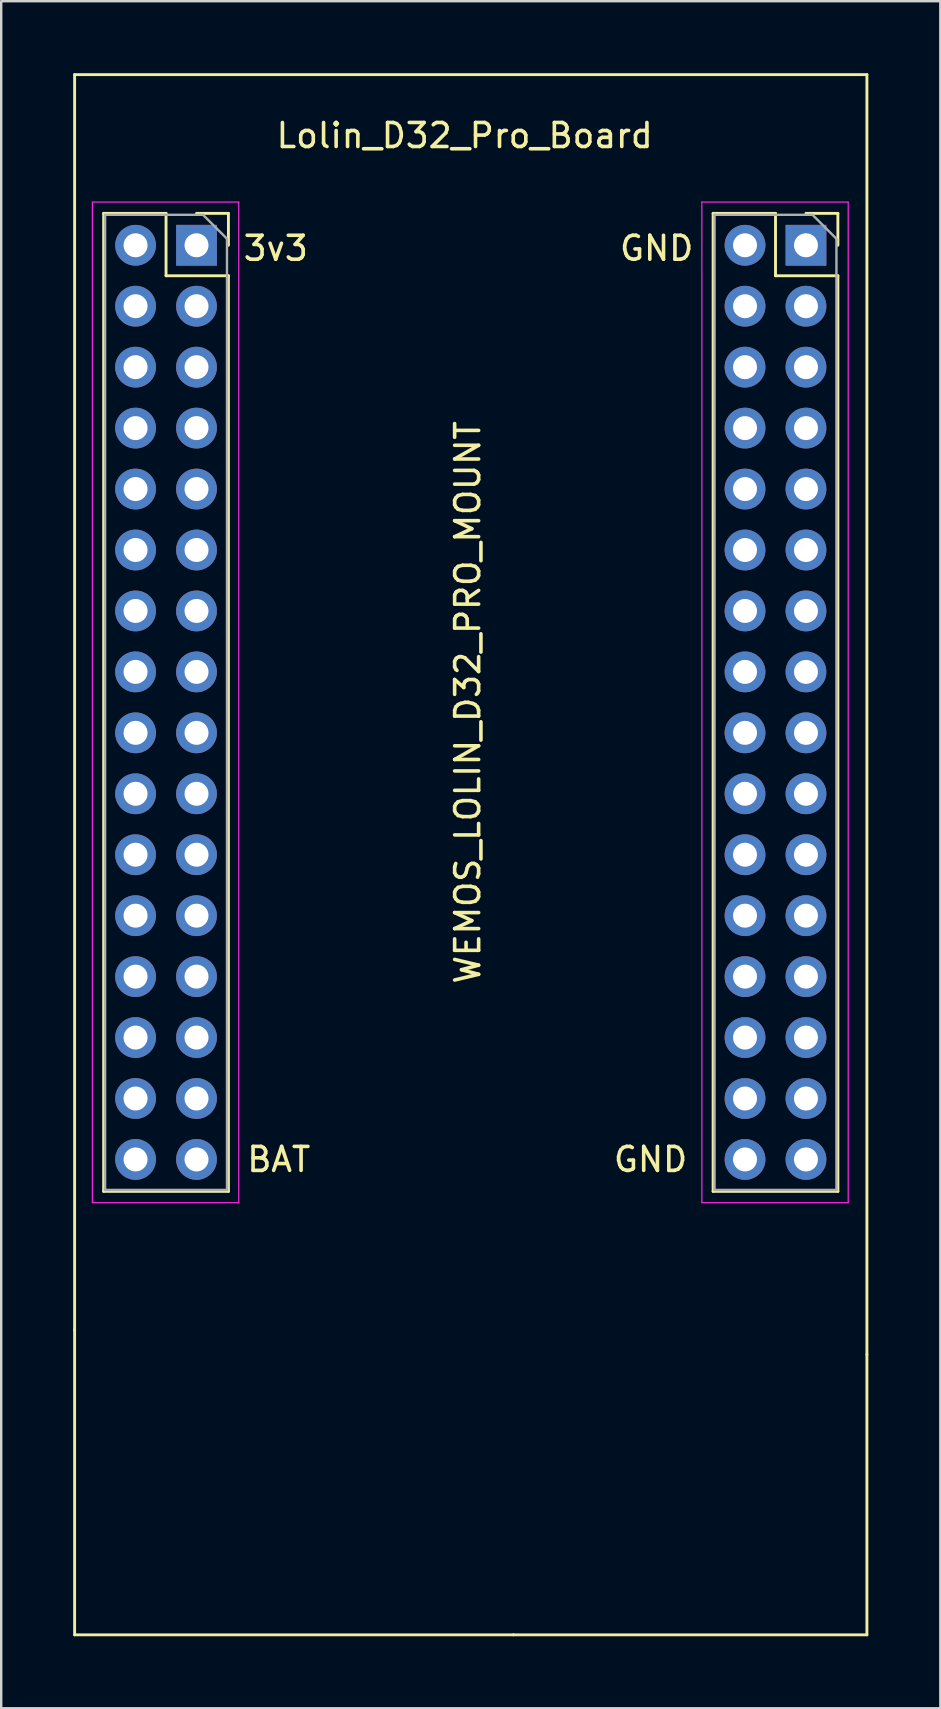
<source format=kicad_pcb>
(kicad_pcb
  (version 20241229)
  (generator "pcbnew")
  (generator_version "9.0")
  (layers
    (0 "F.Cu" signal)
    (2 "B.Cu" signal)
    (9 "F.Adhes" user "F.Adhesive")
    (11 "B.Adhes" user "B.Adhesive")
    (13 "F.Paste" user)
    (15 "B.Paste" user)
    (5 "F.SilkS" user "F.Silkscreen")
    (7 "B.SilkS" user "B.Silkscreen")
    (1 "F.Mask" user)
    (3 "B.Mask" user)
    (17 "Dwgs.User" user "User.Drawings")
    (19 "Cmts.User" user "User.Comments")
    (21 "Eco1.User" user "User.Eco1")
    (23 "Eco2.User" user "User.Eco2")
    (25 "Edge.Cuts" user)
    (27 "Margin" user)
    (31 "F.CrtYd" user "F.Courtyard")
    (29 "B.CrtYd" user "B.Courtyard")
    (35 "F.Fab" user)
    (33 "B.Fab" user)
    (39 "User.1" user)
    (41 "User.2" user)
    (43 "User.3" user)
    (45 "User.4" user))
  (footprint "Lolin_D32_Pro_Board"
    (layer "F.Cu")
    (at 5.14 7.172)
    (property "Reference" "Lolin_D32_Pro_Board" (at 11.176 -4.572 0) (layer "F.SilkS") (effects (font (size 1 1) (thickness 0.15))))
    (attr through_hole)
    (fp_line (start -5.08 -7.112) (end -5.08 45.212) (stroke (width 0.12) (type solid)) (layer "F.SilkS"))
    (fp_line (start -5.08 57.912) (end -5.08 45.212) (stroke (width 0.12) (type solid)) (layer "F.SilkS"))
    (fp_line (start -3.87 -1.33) (end -3.87 39.43) (stroke (width 0.12) (type solid)) (layer "F.SilkS"))
    (fp_line (start -3.87 -1.33) (end -1.27 -1.33) (stroke (width 0.12) (type solid)) (layer "F.SilkS"))
    (fp_line (start -3.87 39.43) (end 1.33 39.43) (stroke (width 0.12) (type solid)) (layer "F.SilkS"))
    (fp_line (start -1.27 -1.33) (end -1.27 1.27) (stroke (width 0.12) (type solid)) (layer "F.SilkS"))
    (fp_line (start -1.27 1.27) (end 1.33 1.27) (stroke (width 0.12) (type solid)) (layer "F.SilkS"))
    (fp_line (start 0 -1.33) (end 1.33 -1.33) (stroke (width 0.12) (type solid)) (layer "F.SilkS"))
    (fp_line (start 1.33 -1.33) (end 1.33 0) (stroke (width 0.12) (type solid)) (layer "F.SilkS"))
    (fp_line (start 1.33 1.27) (end 1.33 39.43) (stroke (width 0.12) (type solid)) (layer "F.SilkS"))
    (fp_line (start 13.208 57.912) (end -5.08 57.912) (stroke (width 0.12) (type solid)) (layer "F.SilkS"))
    (fp_line (start 13.208 57.912) (end 27.94 57.912) (stroke (width 0.12) (type solid)) (layer "F.SilkS"))
    (fp_line (start 21.53 -1.33) (end 21.53 39.43) (stroke (width 0.12) (type solid)) (layer "F.SilkS"))
    (fp_line (start 21.53 -1.33) (end 24.13 -1.33) (stroke (width 0.12) (type solid)) (layer "F.SilkS"))
    (fp_line (start 21.53 39.43) (end 26.73 39.43) (stroke (width 0.12) (type solid)) (layer "F.SilkS"))
    (fp_line (start 24.13 -1.33) (end 24.13 1.27) (stroke (width 0.12) (type solid)) (layer "F.SilkS"))
    (fp_line (start 24.13 1.27) (end 26.73 1.27) (stroke (width 0.12) (type solid)) (layer "F.SilkS"))
    (fp_line (start 25.4 -1.33) (end 26.73 -1.33) (stroke (width 0.12) (type solid)) (layer "F.SilkS"))
    (fp_line (start 26.73 -1.33) (end 26.73 0) (stroke (width 0.12) (type solid)) (layer "F.SilkS"))
    (fp_line (start 26.73 1.27) (end 26.73 39.43) (stroke (width 0.12) (type solid)) (layer "F.SilkS"))
    (fp_line (start 27.94 -7.112) (end -5.08 -7.112) (stroke (width 0.12) (type solid)) (layer "F.SilkS"))
    (fp_line (start 27.94 -7.112) (end 27.94 46.228) (stroke (width 0.12) (type solid)) (layer "F.SilkS"))
    (fp_line (start 27.94 57.912) (end 27.94 46.228) (stroke (width 0.12) (type solid)) (layer "F.SilkS"))
    (fp_line (start -4.34 -1.8) (end 1.76 -1.8) (stroke (width 0.05) (type solid)) (layer "F.CrtYd"))
    (fp_line (start -4.34 39.9) (end -4.34 -1.8) (stroke (width 0.05) (type solid)) (layer "F.CrtYd"))
    (fp_line (start 1.76 -1.8) (end 1.76 39.9) (stroke (width 0.05) (type solid)) (layer "F.CrtYd"))
    (fp_line (start 1.76 39.9) (end -4.34 39.9) (stroke (width 0.05) (type solid)) (layer "F.CrtYd"))
    (fp_line (start 21.06 -1.8) (end 27.16 -1.8) (stroke (width 0.05) (type solid)) (layer "F.CrtYd"))
    (fp_line (start 21.06 39.9) (end 21.06 -1.8) (stroke (width 0.05) (type solid)) (layer "F.CrtYd"))
    (fp_line (start 27.16 -1.8) (end 27.16 39.9) (stroke (width 0.05) (type solid)) (layer "F.CrtYd"))
    (fp_line (start 27.16 39.9) (end 21.06 39.9) (stroke (width 0.05) (type solid)) (layer "F.CrtYd"))
    (fp_line (start -3.81 -1.27) (end 0.27 -1.27) (stroke (width 0.1) (type solid)) (layer "F.Fab"))
    (fp_line (start -3.81 39.37) (end -3.81 -1.27) (stroke (width 0.1) (type solid)) (layer "F.Fab"))
    (fp_line (start 0.27 -1.27) (end 1.27 -0.27) (stroke (width 0.1) (type solid)) (layer "F.Fab"))
    (fp_line (start 1.27 -0.27) (end 1.27 39.37) (stroke (width 0.1) (type solid)) (layer "F.Fab"))
    (fp_line (start 1.27 39.37) (end -3.81 39.37) (stroke (width 0.1) (type solid)) (layer "F.Fab"))
    (fp_line (start 21.59 -1.27) (end 25.67 -1.27) (stroke (width 0.1) (type solid)) (layer "F.Fab"))
    (fp_line (start 21.59 39.37) (end 21.59 -1.27) (stroke (width 0.1) (type solid)) (layer "F.Fab"))
    (fp_line (start 25.67 -1.27) (end 26.67 -0.27) (stroke (width 0.1) (type solid)) (layer "F.Fab"))
    (fp_line (start 26.67 -0.27) (end 26.67 39.37) (stroke (width 0.1) (type solid)) (layer "F.Fab"))
    (fp_line (start 26.67 39.37) (end 21.59 39.37) (stroke (width 0.1) (type solid)) (layer "F.Fab"))
    (fp_text user "WEMOS_LOLIN_D32_PRO_MOUNT" (at 11.303 19.05 90) (layer "F.SilkS") (effects (font (size 1 1) (thickness 0.15))))
    (fp_text user "GND" (at 19.177 0.127 0) (layer "F.SilkS") (effects (font (size 1 1) (thickness 0.15))))
    (fp_text user "BAT" (at 3.429 38.1 0) (layer "F.SilkS") (effects (font (size 1 1) (thickness 0.15))))
    (fp_text user "3v3" (at 3.302 0.127 0) (layer "F.SilkS") (effects (font (size 1 1) (thickness 0.15))))
    (fp_text user "GND" (at 18.923 38.1 0) (layer "F.SilkS") (effects (font (size 1 1) (thickness 0.15))))
    (pad "1" thru_hole oval (at -2.54 0) (size 1.7 1.7) (drill 1) (layers "*.Cu" "*.Mask"))
    (pad "1" thru_hole rect (at 0 0) (size 1.7 1.7) (drill 1) (layers "*.Cu" "*.Mask"))
    (pad "2" thru_hole oval (at -2.54 2.54) (size 1.7 1.7) (drill 1) (layers "*.Cu" "*.Mask"))
    (pad "2" thru_hole oval (at 0 2.54) (size 1.7 1.7) (drill 1) (layers "*.Cu" "*.Mask"))
    (pad "3" thru_hole oval (at -2.54 5.08) (size 1.7 1.7) (drill 1) (layers "*.Cu" "*.Mask"))
    (pad "3" thru_hole oval (at 0 5.08) (size 1.7 1.7) (drill 1) (layers "*.Cu" "*.Mask"))
    (pad "4" thru_hole oval (at -2.54 7.62) (size 1.7 1.7) (drill 1) (layers "*.Cu" "*.Mask"))
    (pad "4" thru_hole oval (at 0 7.62) (size 1.7 1.7) (drill 1) (layers "*.Cu" "*.Mask"))
    (pad "5" thru_hole oval (at -2.54 10.16) (size 1.7 1.7) (drill 1) (layers "*.Cu" "*.Mask"))
    (pad "5" thru_hole oval (at 0 10.16) (size 1.7 1.7) (drill 1) (layers "*.Cu" "*.Mask"))
    (pad "6" thru_hole oval (at -2.54 12.7) (size 1.7 1.7) (drill 1) (layers "*.Cu" "*.Mask"))
    (pad "6" thru_hole oval (at 0 12.7) (size 1.7 1.7) (drill 1) (layers "*.Cu" "*.Mask"))
    (pad "7" thru_hole oval (at -2.54 15.24) (size 1.7 1.7) (drill 1) (layers "*.Cu" "*.Mask"))
    (pad "7" thru_hole oval (at 0 15.24) (size 1.7 1.7) (drill 1) (layers "*.Cu" "*.Mask"))
    (pad "8" thru_hole oval (at -2.54 17.78) (size 1.7 1.7) (drill 1) (layers "*.Cu" "*.Mask"))
    (pad "8" thru_hole oval (at 0 17.78) (size 1.7 1.7) (drill 1) (layers "*.Cu" "*.Mask"))
    (pad "9" thru_hole oval (at -2.54 20.32) (size 1.7 1.7) (drill 1) (layers "*.Cu" "*.Mask"))
    (pad "9" thru_hole oval (at 0 20.32) (size 1.7 1.7) (drill 1) (layers "*.Cu" "*.Mask"))
    (pad "10" thru_hole oval (at -2.54 22.86) (size 1.7 1.7) (drill 1) (layers "*.Cu" "*.Mask"))
    (pad "10" thru_hole oval (at 0 22.86) (size 1.7 1.7) (drill 1) (layers "*.Cu" "*.Mask"))
    (pad "11" thru_hole oval (at -2.54 25.4) (size 1.7 1.7) (drill 1) (layers "*.Cu" "*.Mask"))
    (pad "11" thru_hole oval (at 0 25.4) (size 1.7 1.7) (drill 1) (layers "*.Cu" "*.Mask"))
    (pad "12" thru_hole oval (at -2.54 27.94) (size 1.7 1.7) (drill 1) (layers "*.Cu" "*.Mask"))
    (pad "12" thru_hole oval (at 0 27.94) (size 1.7 1.7) (drill 1) (layers "*.Cu" "*.Mask"))
    (pad "13" thru_hole oval (at -2.54 30.48) (size 1.7 1.7) (drill 1) (layers "*.Cu" "*.Mask"))
    (pad "13" thru_hole oval (at 0 30.48) (size 1.7 1.7) (drill 1) (layers "*.Cu" "*.Mask"))
    (pad "14" thru_hole oval (at -2.54 33.02) (size 1.7 1.7) (drill 1) (layers "*.Cu" "*.Mask"))
    (pad "14" thru_hole oval (at 0 33.02) (size 1.7 1.7) (drill 1) (layers "*.Cu" "*.Mask"))
    (pad "15" thru_hole oval (at -2.54 35.56) (size 1.7 1.7) (drill 1) (layers "*.Cu" "*.Mask"))
    (pad "15" thru_hole oval (at 0 35.56) (size 1.7 1.7) (drill 1) (layers "*.Cu" "*.Mask"))
    (pad "16" thru_hole oval (at -2.54 38.1) (size 1.7 1.7) (drill 1) (layers "*.Cu" "*.Mask"))
    (pad "16" thru_hole oval (at 0 38.1) (size 1.7 1.7) (drill 1) (layers "*.Cu" "*.Mask"))
    (pad "17" thru_hole oval (at 22.86 0) (size 1.7 1.7) (drill 1) (layers "*.Cu" "*.Mask"))
    (pad "17" thru_hole oval (at 22.86 38.1) (size 1.7 1.7) (drill 1) (layers "*.Cu" "*.Mask"))
    (pad "17" thru_hole rect (at 25.4 0) (size 1.7 1.7) (drill 1) (layers "*.Cu" "*.Mask"))
    (pad "17" thru_hole oval (at 25.4 38.1) (size 1.7 1.7) (drill 1) (layers "*.Cu" "*.Mask"))
    (pad "18" thru_hole oval (at 22.86 2.54) (size 1.7 1.7) (drill 1) (layers "*.Cu" "*.Mask"))
    (pad "18" thru_hole oval (at 25.4 2.54) (size 1.7 1.7) (drill 1) (layers "*.Cu" "*.Mask"))
    (pad "19" thru_hole oval (at 22.86 5.08) (size 1.7 1.7) (drill 1) (layers "*.Cu" "*.Mask"))
    (pad "19" thru_hole oval (at 25.4 5.08) (size 1.7 1.7) (drill 1) (layers "*.Cu" "*.Mask"))
    (pad "20" thru_hole oval (at 22.86 7.62) (size 1.7 1.7) (drill 1) (layers "*.Cu" "*.Mask"))
    (pad "20" thru_hole oval (at 25.4 7.62) (size 1.7 1.7) (drill 1) (layers "*.Cu" "*.Mask"))
    (pad "21" thru_hole oval (at 22.86 10.16) (size 1.7 1.7) (drill 1) (layers "*.Cu" "*.Mask"))
    (pad "21" thru_hole oval (at 25.4 10.16) (size 1.7 1.7) (drill 1) (layers "*.Cu" "*.Mask"))
    (pad "22" thru_hole oval (at 22.86 12.7) (size 1.7 1.7) (drill 1) (layers "*.Cu" "*.Mask"))
    (pad "22" thru_hole oval (at 25.4 12.7) (size 1.7 1.7) (drill 1) (layers "*.Cu" "*.Mask"))
    (pad "23" thru_hole oval (at 22.86 15.24) (size 1.7 1.7) (drill 1) (layers "*.Cu" "*.Mask"))
    (pad "23" thru_hole oval (at 25.4 15.24) (size 1.7 1.7) (drill 1) (layers "*.Cu" "*.Mask"))
    (pad "24" thru_hole oval (at 22.86 17.78) (size 1.7 1.7) (drill 1) (layers "*.Cu" "*.Mask"))
    (pad "24" thru_hole oval (at 25.4 17.78) (size 1.7 1.7) (drill 1) (layers "*.Cu" "*.Mask"))
    (pad "25" thru_hole oval (at 22.86 20.32) (size 1.7 1.7) (drill 1) (layers "*.Cu" "*.Mask"))
    (pad "25" thru_hole oval (at 25.4 20.32) (size 1.7 1.7) (drill 1) (layers "*.Cu" "*.Mask"))
    (pad "26" thru_hole oval (at 22.86 22.86) (size 1.7 1.7) (drill 1) (layers "*.Cu" "*.Mask"))
    (pad "26" thru_hole oval (at 25.4 22.86) (size 1.7 1.7) (drill 1) (layers "*.Cu" "*.Mask"))
    (pad "27" thru_hole oval (at 22.86 25.4) (size 1.7 1.7) (drill 1) (layers "*.Cu" "*.Mask"))
    (pad "27" thru_hole oval (at 25.4 25.4) (size 1.7 1.7) (drill 1) (layers "*.Cu" "*.Mask"))
    (pad "28" thru_hole oval (at 22.86 27.94) (size 1.7 1.7) (drill 1) (layers "*.Cu" "*.Mask"))
    (pad "28" thru_hole oval (at 25.4 27.94) (size 1.7 1.7) (drill 1) (layers "*.Cu" "*.Mask"))
    (pad "29" thru_hole oval (at 22.86 30.48) (size 1.7 1.7) (drill 1) (layers "*.Cu" "*.Mask"))
    (pad "29" thru_hole oval (at 25.4 30.48) (size 1.7 1.7) (drill 1) (layers "*.Cu" "*.Mask"))
    (pad "30" thru_hole oval (at 22.86 33.02) (size 1.7 1.7) (drill 1) (layers "*.Cu" "*.Mask"))
    (pad "30" thru_hole oval (at 25.4 33.02) (size 1.7 1.7) (drill 1) (layers "*.Cu" "*.Mask"))
    (pad "31" thru_hole oval (at 22.86 35.56) (size 1.7 1.7) (drill 1) (layers "*.Cu" "*.Mask"))
    (pad "31" thru_hole oval (at 25.4 35.56) (size 1.7 1.7) (drill 1) (layers "*.Cu" "*.Mask")))
  (gr_rect
    (start -3 -3)
    (end 36.14 68.144)
    (stroke (width 0.1) (type default))
    (fill no)
    (layer "Edge.Cuts")))
</source>
